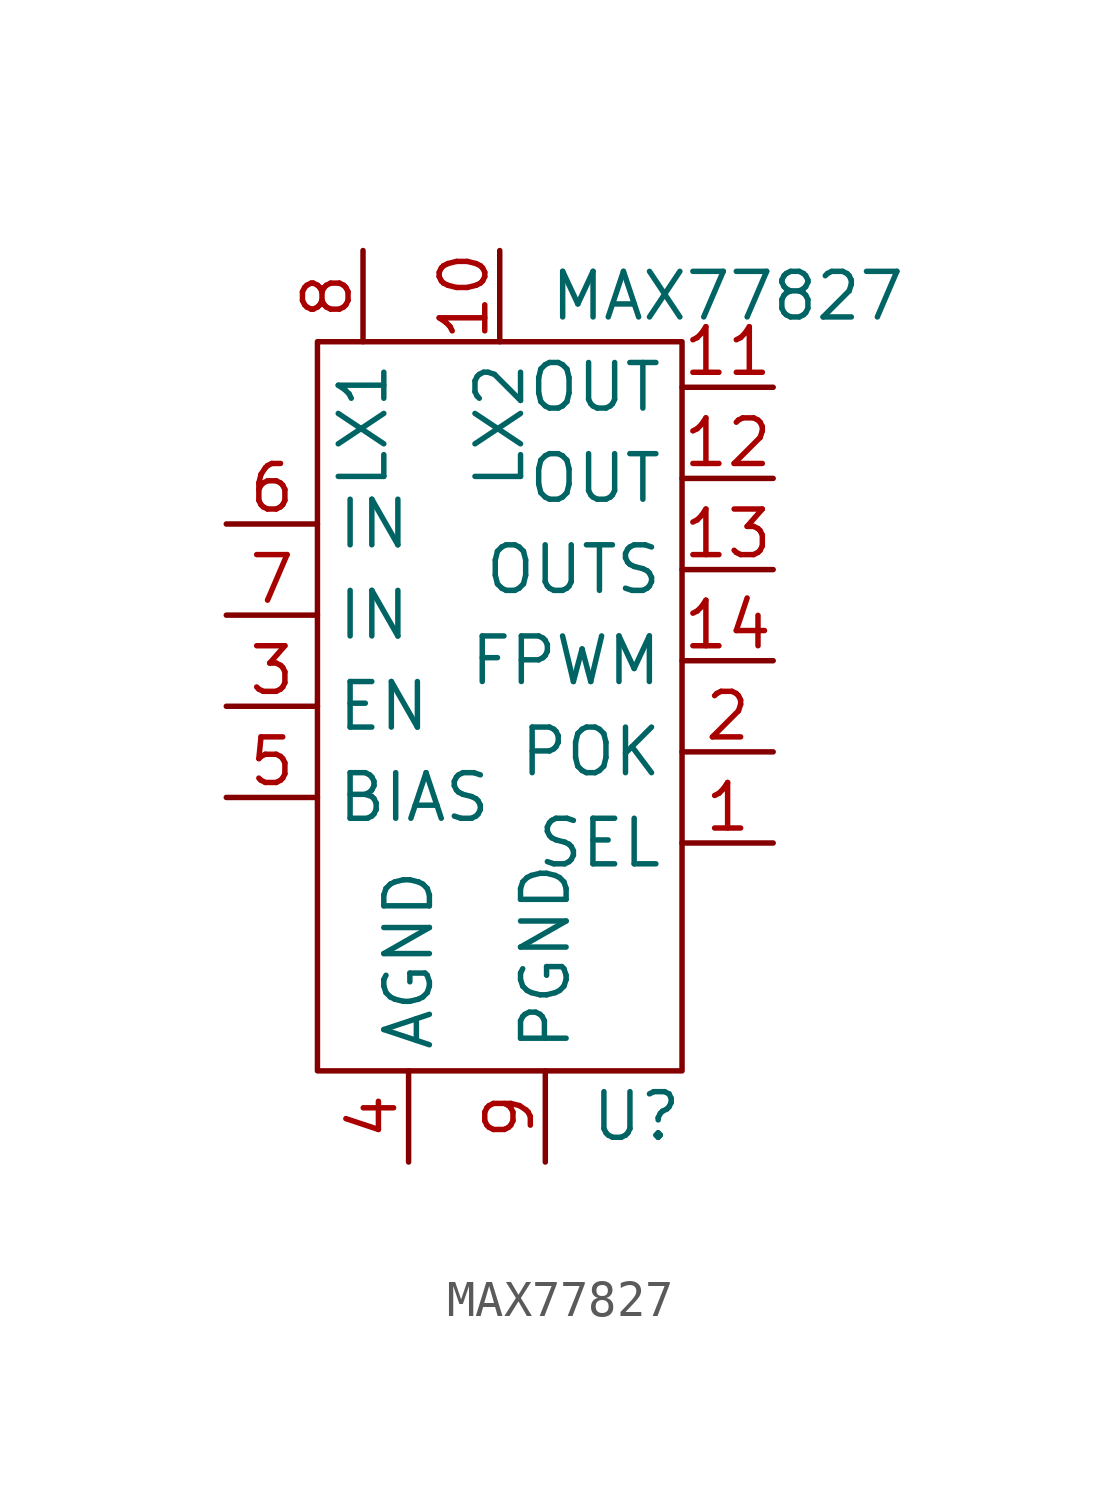
<source format=kicad_sym>
(kicad_symbol_lib
  (version 20211014)
  (generator kicad_symbol_editor)
  (symbol "MAX77827"
    (property "Reference" "U"
      (at 5.08 -13.97 0)
      (effects (font (size 1.27 1.27))))
    (property "Value" "MAX77827"
      (at 7.62 8.89 0)
      (effects (font (size 1.27 1.27))))
    (symbol "MAX77827_0_1"
      (rectangle (start -3.81 7.62) (end 6.35 -12.7) (stroke (width 0) (type default) (color 0 0 0 0)) (fill (type none))))
    (symbol "MAX77827_1_1"
      (pin input line (at 8.89 -6.35 180) (length 2.54) (name "SEL" (effects (font (size 1.27 1.27)))) (number "1" (effects (font (size 1.27 1.27)))))
      (pin input line (at 1.27 10.16 270) (length 2.54) (name "LX2" (effects (font (size 1.27 1.27)))) (number "10" (effects (font (size 1.27 1.27)))))
      (pin power_out line (at 8.89 6.35 180) (length 2.54) (name "OUT" (effects (font (size 1.27 1.27)))) (number "11" (effects (font (size 1.27 1.27)))))
      (pin power_out line (at 8.89 3.81 180) (length 2.54) (name "OUT" (effects (font (size 1.27 1.27)))) (number "12" (effects (font (size 1.27 1.27)))))
      (pin input line (at 8.89 1.27 180) (length 2.54) (name "OUTS" (effects (font (size 1.27 1.27)))) (number "13" (effects (font (size 1.27 1.27)))))
      (pin input line (at 8.89 -1.27 180) (length 2.54) (name "FPWM" (effects (font (size 1.27 1.27)))) (number "14" (effects (font (size 1.27 1.27)))))
      (pin input line (at 8.89 -3.81 180) (length 2.54) (name "POK" (effects (font (size 1.27 1.27)))) (number "2" (effects (font (size 1.27 1.27)))))
      (pin input line (at -6.35 -2.54 0) (length 2.54) (name "EN" (effects (font (size 1.27 1.27)))) (number "3" (effects (font (size 1.27 1.27)))))
      (pin input line (at -1.27 -15.24 90) (length 2.54) (name "AGND" (effects (font (size 1.27 1.27)))) (number "4" (effects (font (size 1.27 1.27)))))
      (pin input line (at -6.35 -5.08 0) (length 2.54) (name "BIAS" (effects (font (size 1.27 1.27)))) (number "5" (effects (font (size 1.27 1.27)))))
      (pin power_in line (at -6.35 2.54 0) (length 2.54) (name "IN" (effects (font (size 1.27 1.27)))) (number "6" (effects (font (size 1.27 1.27)))))
      (pin power_in line (at -6.35 0 0) (length 2.54) (name "IN" (effects (font (size 1.27 1.27)))) (number "7" (effects (font (size 1.27 1.27)))))
      (pin input line (at -2.54 10.16 270) (length 2.54) (name "LX1" (effects (font (size 1.27 1.27)))) (number "8" (effects (font (size 1.27 1.27)))))
      (pin input line (at 2.54 -15.24 90) (length 2.54) (name "PGND" (effects (font (size 1.27 1.27)))) (number "9" (effects (font (size 1.27 1.27))))))))
</source>
